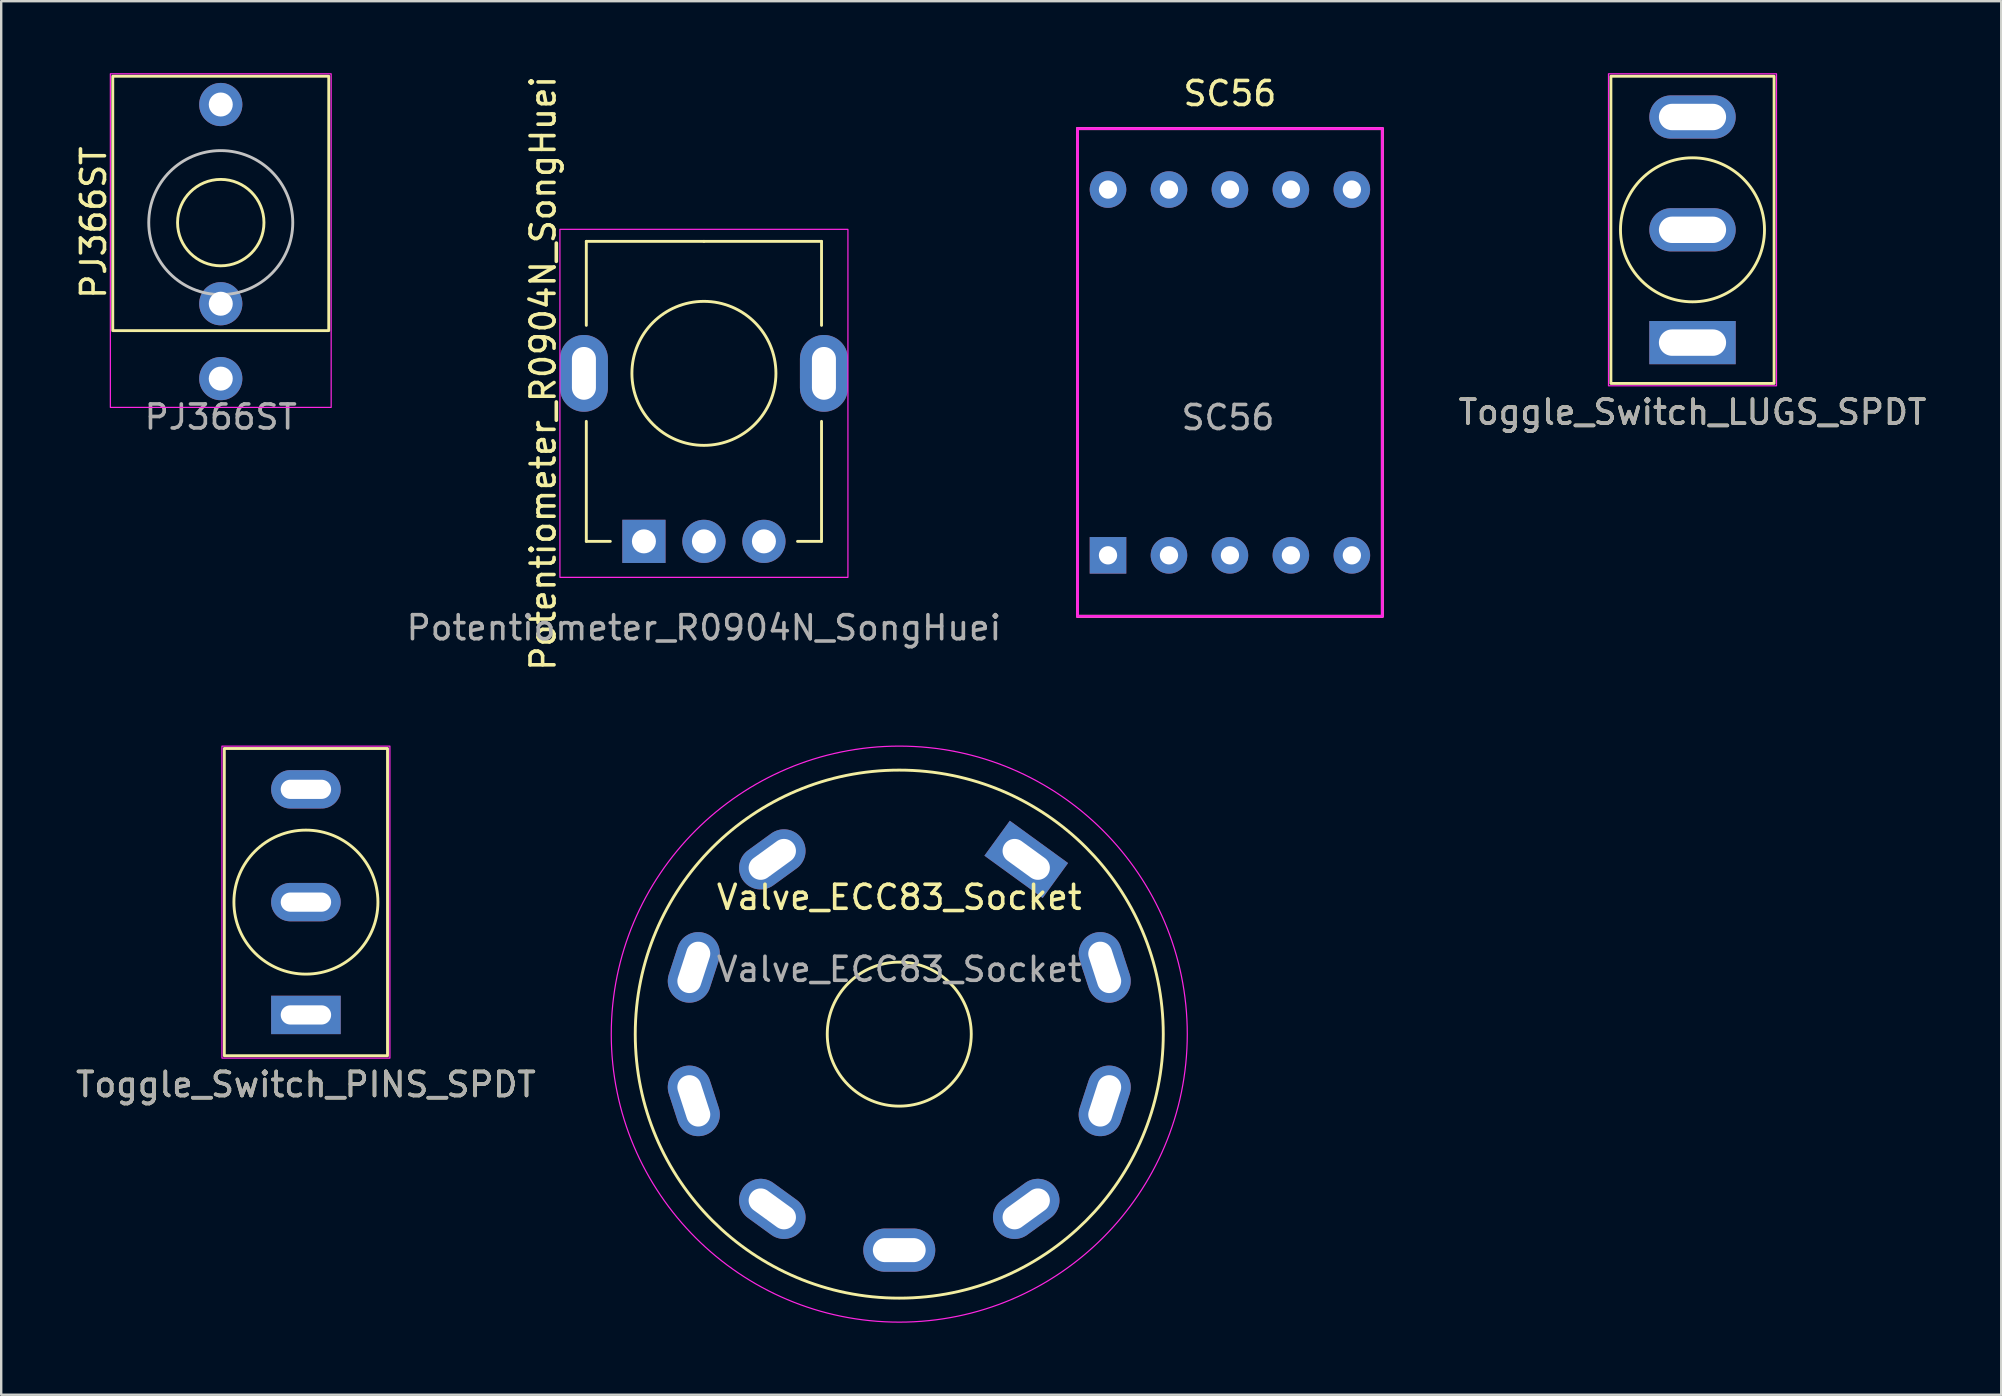
<source format=kicad_pcb>
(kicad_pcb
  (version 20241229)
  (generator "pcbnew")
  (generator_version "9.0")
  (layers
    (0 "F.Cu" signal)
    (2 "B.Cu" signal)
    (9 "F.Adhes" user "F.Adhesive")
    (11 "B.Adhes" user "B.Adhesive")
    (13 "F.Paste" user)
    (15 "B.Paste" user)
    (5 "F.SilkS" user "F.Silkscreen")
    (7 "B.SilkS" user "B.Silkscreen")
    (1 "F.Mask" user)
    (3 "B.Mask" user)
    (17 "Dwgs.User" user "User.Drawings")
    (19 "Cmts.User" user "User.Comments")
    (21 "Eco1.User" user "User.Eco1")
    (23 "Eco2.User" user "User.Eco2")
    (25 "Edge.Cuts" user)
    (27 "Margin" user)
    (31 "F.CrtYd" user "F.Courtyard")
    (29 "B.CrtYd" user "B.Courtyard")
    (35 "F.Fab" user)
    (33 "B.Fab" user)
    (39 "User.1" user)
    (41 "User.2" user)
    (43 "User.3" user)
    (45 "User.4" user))
  (footprint "PJ366ST"
    (layer "F.Cu")
    (at 6.148 6.225)
    (property "Reference" "PJ366ST" (at -5.3 0 90) (unlocked yes) (layer "F.SilkS") (effects (font (size 1 1) (thickness 0.15))))
    (attr through_hole)
    (fp_rect (start 4.5 -6.1) (end -4.5 4.5) (stroke (width 0.12) (type solid)) (fill no) (layer "F.SilkS"))
    (fp_circle (center 0 0) (end 1.8 0) (stroke (width 0.12) (type solid)) (fill no) (layer "F.SilkS"))
    (fp_circle (center 0 0) (end 3 0) (stroke (width 0.12) (type solid)) (fill no) (layer "Dwgs.User"))
    (fp_rect (start -4.6 -6.2) (end 4.6 7.7) (stroke (width 0.05) (type solid)) (fill no) (layer "F.CrtYd"))
    (fp_text user "${REFERENCE}" (at 0 8.1 0) (unlocked yes) (layer "F.Fab") (effects (font (size 1 1) (thickness 0.15))))
    (pad "R" thru_hole circle (at 0 -4.92) (size 1.8 1.8) (drill 1) (layers "*.Cu" "*.Mask"))
    (pad "S" thru_hole circle (at 0 6.5) (size 1.8 1.8) (drill 1) (layers "*.Cu" "*.Mask"))
    (pad "T" thru_hole oval (at 0 3.38) (size 1.8 1.8) (drill oval 1) (layers "*.Cu" "*.Mask")))
  (footprint "Toggle_Switch_LUGS_SPDT"
    (layer "F.Cu")
    (at 67.468 6.525)
    (property "Reference" "Toggle_Switch_LUGS_SPDT" (at 0 7.6 0) (unlocked yes) (layer "F.SilkS") (effects (font (size 1 1) (thickness 0.15))))
    (attr through_hole)
    (fp_rect (start -3.4 -6.4) (end 3.4 6.4) (stroke (width 0.12) (type solid)) (fill no) (layer "F.SilkS"))
    (fp_circle (center 0 0) (end 3 0) (stroke (width 0.12) (type solid)) (fill no) (layer "F.SilkS"))
    (fp_rect (start -3.5 -6.5) (end 3.5 6.5) (stroke (width 0.05) (type solid)) (fill no) (layer "F.CrtYd"))
    (fp_text user "${REFERENCE}" (at 0 7.6 0) (unlocked yes) (layer "F.Fab") (effects (font (size 1 1) (thickness 0.15))))
    (pad "1" thru_hole rect (at 0 4.7) (size 3.6 1.8) (drill oval 2.8 1.1) (layers "*.Cu" "*.Mask"))
    (pad "2" thru_hole oval (at 0 0) (size 3.6 1.8) (drill oval 2.8 1.1) (layers "*.Cu" "*.Mask"))
    (pad "3" thru_hole oval (at 0 -4.7) (size 3.6 1.8) (drill oval 2.8 1.1) (layers "*.Cu" "*.Mask")))
  (footprint "Potentiometer_R0904N_SongHuei"
    (layer "F.Cu")
    (at 26.279 12.506)
    (property "Reference" "Potentiometer_R0904N_SongHuei" (at -6.7 0 90) (unlocked yes) (layer "F.SilkS") (effects (font (size 1 1) (thickness 0.15))))
    (attr through_hole)
    (fp_line (start -4.9 -5.5) (end -4.9 -2) (stroke (width 0.12) (type solid)) (layer "F.SilkS"))
    (fp_line (start -4.9 7) (end -4.9 2) (stroke (width 0.12) (type solid)) (layer "F.SilkS"))
    (fp_line (start -4.9 7) (end -3.9 7) (stroke (width 0.12) (type solid)) (layer "F.SilkS"))
    (fp_line (start 0 -5.5) (end -4.9 -5.5) (stroke (width 0.12) (type solid)) (layer "F.SilkS"))
    (fp_line (start 0 -5.5) (end 4.9 -5.5) (stroke (width 0.12) (type solid)) (layer "F.SilkS"))
    (fp_line (start 4.9 -5.5) (end 4.9 -2) (stroke (width 0.12) (type solid)) (layer "F.SilkS"))
    (fp_line (start 4.9 7) (end 3.9 7) (stroke (width 0.12) (type solid)) (layer "F.SilkS"))
    (fp_line (start 4.9 7) (end 4.9 2) (stroke (width 0.12) (type solid)) (layer "F.SilkS"))
    (fp_circle (center 0 0) (end 3 0) (stroke (width 0.12) (type solid)) (fill no) (layer "F.SilkS"))
    (fp_rect (start -6 -6) (end 6 8.5) (stroke (width 0.05) (type solid)) (fill no) (layer "F.CrtYd"))
    (fp_text user "${REFERENCE}" (at 0 10.6 0) (unlocked yes) (layer "F.Fab") (effects (font (size 1 1) (thickness 0.15))))
    (pad "" thru_hole oval (at -5 0) (size 2 3.2) (drill oval 1 2.2) (layers "*.Cu" "*.Mask"))
    (pad "" thru_hole oval (at 5 0) (size 2 3.2) (drill oval 1 2.2) (layers "*.Cu" "*.Mask"))
    (pad "1" thru_hole rect (at -2.5 7) (size 1.8 1.8) (drill 1) (layers "*.Cu" "*.Mask"))
    (pad "2" thru_hole circle (at 0 7) (size 1.8 1.8) (drill 1) (layers "*.Cu" "*.Mask"))
    (pad "3" thru_hole circle (at 2.5 7) (size 1.8 1.8) (drill 1) (layers "*.Cu" "*.Mask")))
  (footprint "SC56"
    (layer "F.Cu")
    (at 48.115 11.848)
    (property "Reference" "SC56" (at 0.08 -11 0) (unlocked yes) (layer "F.SilkS") (effects (font (size 1 1) (thickness 0.15))))
    (attr smd)
    (fp_line (start -6.27 -9.54) (end 6.43 -9.54) (stroke (width 0.12) (type solid)) (layer "F.SilkS"))
    (fp_line (start -6.27 10.78) (end -6.27 -9.54) (stroke (width 0.12) (type solid)) (layer "F.SilkS"))
    (fp_line (start 6.43 -9.54) (end 6.43 10.78) (stroke (width 0.12) (type solid)) (layer "F.SilkS"))
    (fp_line (start 6.43 10.78) (end -6.27 10.78) (stroke (width 0.12) (type solid)) (layer "F.SilkS"))
    (fp_line (start -6.27 -9.54) (end 6.43 -9.54) (stroke (width 0.12) (type solid)) (layer "F.CrtYd"))
    (fp_line (start -6.27 10.78) (end -6.27 -9.54) (stroke (width 0.12) (type solid)) (layer "F.CrtYd"))
    (fp_line (start 6.43 -9.54) (end 6.43 10.78) (stroke (width 0.12) (type solid)) (layer "F.CrtYd"))
    (fp_line (start 6.43 10.78) (end -6.27 10.78) (stroke (width 0.12) (type solid)) (layer "F.CrtYd"))
    (fp_text user "${REFERENCE}" (at 0 2.5 0) (unlocked yes) (layer "F.Fab") (effects (font (size 1 1) (thickness 0.15))))
    (pad "1" thru_hole rect (at -5 8.24) (size 1.524 1.524) (drill 0.762) (layers "*.Cu" "*.Mask"))
    (pad "2" thru_hole circle (at -2.46 8.24) (size 1.524 1.524) (drill 0.762) (layers "*.Cu" "*.Mask"))
    (pad "3" thru_hole circle (at 0.08 8.24) (size 1.524 1.524) (drill 0.762) (layers "*.Cu" "*.Mask"))
    (pad "4" thru_hole circle (at 2.62 8.24) (size 1.524 1.524) (drill 0.762) (layers "*.Cu" "*.Mask"))
    (pad "5" thru_hole circle (at 5.16 8.24) (size 1.524 1.524) (drill 0.762) (layers "*.Cu" "*.Mask"))
    (pad "6" thru_hole circle (at 5.16 -7) (size 1.524 1.524) (drill 0.762) (layers "*.Cu" "*.Mask"))
    (pad "7" thru_hole circle (at 2.62 -7) (size 1.524 1.524) (drill 0.762) (layers "*.Cu" "*.Mask"))
    (pad "8" thru_hole circle (at 0.08 -7) (size 1.524 1.524) (drill 0.762) (layers "*.Cu" "*.Mask"))
    (pad "9" thru_hole circle (at -2.46 -7) (size 1.524 1.524) (drill 0.762) (layers "*.Cu" "*.Mask"))
    (pad "10" thru_hole circle (at -5 -7) (size 1.524 1.524) (drill 0.762) (layers "*.Cu" "*.Mask")))
  (footprint "Valve_ECC83_Socket"
    (layer "F.Cu")
    (at 34.418 40.037)
    (property "Reference" "Valve_ECC83_Socket" (at 0 -5.7 0) (unlocked yes) (layer "F.SilkS") (effects (font (size 1 1) (thickness 0.15))))
    (attr through_hole)
    (fp_circle (center 0 0) (end 3 0) (stroke (width 0.12) (type solid)) (fill no) (layer "F.SilkS"))
    (fp_circle (center 0 0) (end 11 0) (stroke (width 0.12) (type solid)) (fill no) (layer "F.SilkS"))
    (fp_circle (center 0 0) (end 12 0) (stroke (width 0.05) (type solid)) (fill no) (layer "F.CrtYd"))
    (fp_text user "${REFERENCE}" (at 0 -2.7 0) (unlocked yes) (layer "F.Fab") (effects (font (size 1 1) (thickness 0.15))))
    (pad "1" thru_hole rect (at 5.29 -7.281 324) (size 3 1.8) (drill oval 2.2 1) (layers "*.Cu" "*.Mask"))
    (pad "2" thru_hole oval (at 8.56 -2.781 288) (size 3 1.8) (drill oval 2.2 1) (layers "*.Cu" "*.Mask"))
    (pad "3" thru_hole oval (at 8.56 2.781 252) (size 3 1.8) (drill oval 2.2 1) (layers "*.Cu" "*.Mask"))
    (pad "4" thru_hole oval (at 5.29 7.281 216) (size 3 1.8) (drill oval 2.2 1) (layers "*.Cu" "*.Mask"))
    (pad "5" thru_hole oval (at 0 9 180) (size 3 1.8) (drill oval 2.2 1) (layers "*.Cu" "*.Mask"))
    (pad "6" thru_hole oval (at -5.29 7.281 144) (size 3 1.8) (drill oval 2.2 1) (layers "*.Cu" "*.Mask"))
    (pad "7" thru_hole oval (at -8.56 2.781 108) (size 3 1.8) (drill oval 2.2 1) (layers "*.Cu" "*.Mask"))
    (pad "8" thru_hole oval (at -8.56 -2.781 72) (size 3 1.8) (drill oval 2.2 1) (layers "*.Cu" "*.Mask"))
    (pad "9" thru_hole oval (at -5.29 -7.281 36) (size 3 1.8) (drill oval 2.2 1) (layers "*.Cu" "*.Mask")))
  (footprint "Toggle_Switch_PINS_SPDT"
    (layer "F.Cu")
    (at 9.696 34.537)
    (property "Reference" "Toggle_Switch_PINS_SPDT" (at 0 7.6 0) (unlocked yes) (layer "F.SilkS") (effects (font (size 1 1) (thickness 0.15))))
    (attr through_hole)
    (fp_rect (start -3.4 -6.4) (end 3.4 6.4) (stroke (width 0.12) (type solid)) (fill no) (layer "F.SilkS"))
    (fp_circle (center 0 0) (end 3 0) (stroke (width 0.12) (type solid)) (fill no) (layer "F.SilkS"))
    (fp_rect (start -3.5 -6.5) (end 3.5 6.5) (stroke (width 0.05) (type solid)) (fill no) (layer "F.CrtYd"))
    (fp_text user "${REFERENCE}" (at 0 7.6 0) (unlocked yes) (layer "F.Fab") (effects (font (size 1 1) (thickness 0.15))))
    (pad "1" thru_hole rect (at 0 4.7) (size 2.9 1.6) (drill oval 2.1 0.8) (layers "*.Cu" "*.Mask"))
    (pad "2" thru_hole oval (at 0 0) (size 2.9 1.6) (drill oval 2.1 0.8) (layers "*.Cu" "*.Mask"))
    (pad "3" thru_hole oval (at 0 -4.7) (size 2.9 1.6) (drill oval 2.1 0.8) (layers "*.Cu" "*.Mask")))
  (gr_rect
    (start -3 -3)
    (end 80.331 55.062)
    (stroke (width 0.1) (type default))
    (fill no)
    (layer "Edge.Cuts")))
</source>
